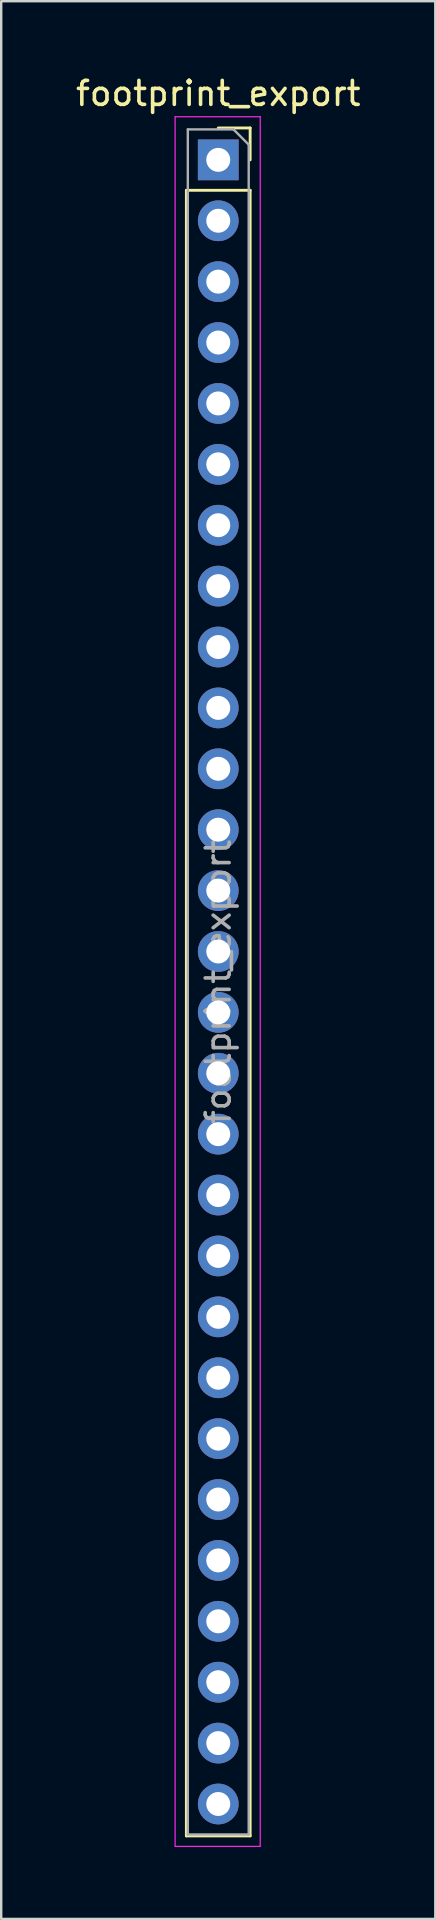
<source format=kicad_pcb>
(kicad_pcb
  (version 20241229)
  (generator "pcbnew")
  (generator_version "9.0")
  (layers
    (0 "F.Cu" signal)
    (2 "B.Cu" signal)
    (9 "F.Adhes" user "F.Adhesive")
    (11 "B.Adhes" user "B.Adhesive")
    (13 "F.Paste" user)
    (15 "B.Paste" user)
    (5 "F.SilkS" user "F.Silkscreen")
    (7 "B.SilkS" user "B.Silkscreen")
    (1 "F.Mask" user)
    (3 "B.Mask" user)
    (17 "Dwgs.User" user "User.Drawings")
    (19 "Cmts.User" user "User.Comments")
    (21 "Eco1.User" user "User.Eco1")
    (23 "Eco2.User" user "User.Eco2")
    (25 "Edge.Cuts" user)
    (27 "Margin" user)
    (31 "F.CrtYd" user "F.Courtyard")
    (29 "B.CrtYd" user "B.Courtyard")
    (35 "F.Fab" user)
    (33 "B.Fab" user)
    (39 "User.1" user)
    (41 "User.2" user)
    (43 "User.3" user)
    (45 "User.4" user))
  (footprint "footprint_export"
    (layer "F.Cu")
    (at 6.054 3.618)
    (property "Reference" "footprint_export" (at 0 -2.77 0) (layer "F.SilkS") (effects (font (size 1 1) (thickness 0.15))))
    (attr through_hole)
    (fp_line (start -1.33 1.27) (end -1.33 69.91) (stroke (width 0.12) (type solid)) (layer "F.SilkS"))
    (fp_line (start -1.33 1.27) (end 1.33 1.27) (stroke (width 0.12) (type solid)) (layer "F.SilkS"))
    (fp_line (start -1.33 69.91) (end 1.33 69.91) (stroke (width 0.12) (type solid)) (layer "F.SilkS"))
    (fp_line (start 0 -1.33) (end 1.33 -1.33) (stroke (width 0.12) (type solid)) (layer "F.SilkS"))
    (fp_line (start 1.33 -1.33) (end 1.33 0) (stroke (width 0.12) (type solid)) (layer "F.SilkS"))
    (fp_line (start 1.33 1.27) (end 1.33 69.91) (stroke (width 0.12) (type solid)) (layer "F.SilkS"))
    (fp_line (start -1.8 -1.8) (end 1.75 -1.8) (stroke (width 0.05) (type solid)) (layer "F.CrtYd"))
    (fp_line (start -1.8 70.35) (end -1.8 -1.8) (stroke (width 0.05) (type solid)) (layer "F.CrtYd"))
    (fp_line (start 1.75 -1.8) (end 1.75 70.35) (stroke (width 0.05) (type solid)) (layer "F.CrtYd"))
    (fp_line (start 1.75 70.35) (end -1.8 70.35) (stroke (width 0.05) (type solid)) (layer "F.CrtYd"))
    (fp_line (start -1.27 -1.27) (end 0.635 -1.27) (stroke (width 0.1) (type solid)) (layer "F.Fab"))
    (fp_line (start -1.27 69.85) (end -1.27 -1.27) (stroke (width 0.1) (type solid)) (layer "F.Fab"))
    (fp_line (start 0.635 -1.27) (end 1.27 -0.635) (stroke (width 0.1) (type solid)) (layer "F.Fab"))
    (fp_line (start 1.27 -0.635) (end 1.27 69.85) (stroke (width 0.1) (type solid)) (layer "F.Fab"))
    (fp_line (start 1.27 69.85) (end -1.27 69.85) (stroke (width 0.1) (type solid)) (layer "F.Fab"))
    (fp_text user "${REFERENCE}" (at 0 34.29 90) (layer "F.Fab") (effects (font (size 1 1) (thickness 0.15))))
    (pad "1" thru_hole rect (at 0 0) (size 1.7 1.7) (drill 1) (layers "*.Cu" "*.Mask"))
    (pad "2" thru_hole oval (at 0 2.54) (size 1.7 1.7) (drill 1) (layers "*.Cu" "*.Mask"))
    (pad "3" thru_hole oval (at 0 5.08) (size 1.7 1.7) (drill 1) (layers "*.Cu" "*.Mask"))
    (pad "4" thru_hole oval (at 0 7.62) (size 1.7 1.7) (drill 1) (layers "*.Cu" "*.Mask"))
    (pad "5" thru_hole oval (at 0 10.16) (size 1.7 1.7) (drill 1) (layers "*.Cu" "*.Mask"))
    (pad "6" thru_hole oval (at 0 12.7) (size 1.7 1.7) (drill 1) (layers "*.Cu" "*.Mask"))
    (pad "7" thru_hole oval (at 0 15.24) (size 1.7 1.7) (drill 1) (layers "*.Cu" "*.Mask"))
    (pad "8" thru_hole oval (at 0 17.78) (size 1.7 1.7) (drill 1) (layers "*.Cu" "*.Mask"))
    (pad "9" thru_hole oval (at 0 20.32) (size 1.7 1.7) (drill 1) (layers "*.Cu" "*.Mask"))
    (pad "10" thru_hole oval (at 0 22.86) (size 1.7 1.7) (drill 1) (layers "*.Cu" "*.Mask"))
    (pad "11" thru_hole oval (at 0 25.4) (size 1.7 1.7) (drill 1) (layers "*.Cu" "*.Mask"))
    (pad "12" thru_hole oval (at 0 27.94) (size 1.7 1.7) (drill 1) (layers "*.Cu" "*.Mask"))
    (pad "13" thru_hole oval (at 0 30.48) (size 1.7 1.7) (drill 1) (layers "*.Cu" "*.Mask"))
    (pad "14" thru_hole oval (at 0 33.02) (size 1.7 1.7) (drill 1) (layers "*.Cu" "*.Mask"))
    (pad "15" thru_hole oval (at 0 35.56) (size 1.7 1.7) (drill 1) (layers "*.Cu" "*.Mask"))
    (pad "16" thru_hole oval (at 0 38.1) (size 1.7 1.7) (drill 1) (layers "*.Cu" "*.Mask"))
    (pad "17" thru_hole oval (at 0 40.64) (size 1.7 1.7) (drill 1) (layers "*.Cu" "*.Mask"))
    (pad "18" thru_hole oval (at 0 43.18) (size 1.7 1.7) (drill 1) (layers "*.Cu" "*.Mask"))
    (pad "19" thru_hole oval (at 0 45.72) (size 1.7 1.7) (drill 1) (layers "*.Cu" "*.Mask"))
    (pad "20" thru_hole oval (at 0 48.26) (size 1.7 1.7) (drill 1) (layers "*.Cu" "*.Mask"))
    (pad "21" thru_hole oval (at 0 50.8) (size 1.7 1.7) (drill 1) (layers "*.Cu" "*.Mask"))
    (pad "22" thru_hole oval (at 0 53.34) (size 1.7 1.7) (drill 1) (layers "*.Cu" "*.Mask"))
    (pad "23" thru_hole oval (at 0 55.88) (size 1.7 1.7) (drill 1) (layers "*.Cu" "*.Mask"))
    (pad "24" thru_hole oval (at 0 58.42) (size 1.7 1.7) (drill 1) (layers "*.Cu" "*.Mask"))
    (pad "25" thru_hole oval (at 0 60.96) (size 1.7 1.7) (drill 1) (layers "*.Cu" "*.Mask"))
    (pad "26" thru_hole oval (at 0 63.5) (size 1.7 1.7) (drill 1) (layers "*.Cu" "*.Mask"))
    (pad "27" thru_hole oval (at 0 66.04) (size 1.7 1.7) (drill 1) (layers "*.Cu" "*.Mask"))
    (pad "28" thru_hole oval (at 0 68.58) (size 1.7 1.7) (drill 1) (layers "*.Cu" "*.Mask")))
  (gr_rect
    (start -3 -3)
    (end 15.107 76.993)
    (stroke (width 0.1) (type default))
    (fill no)
    (layer "Edge.Cuts")))
</source>
